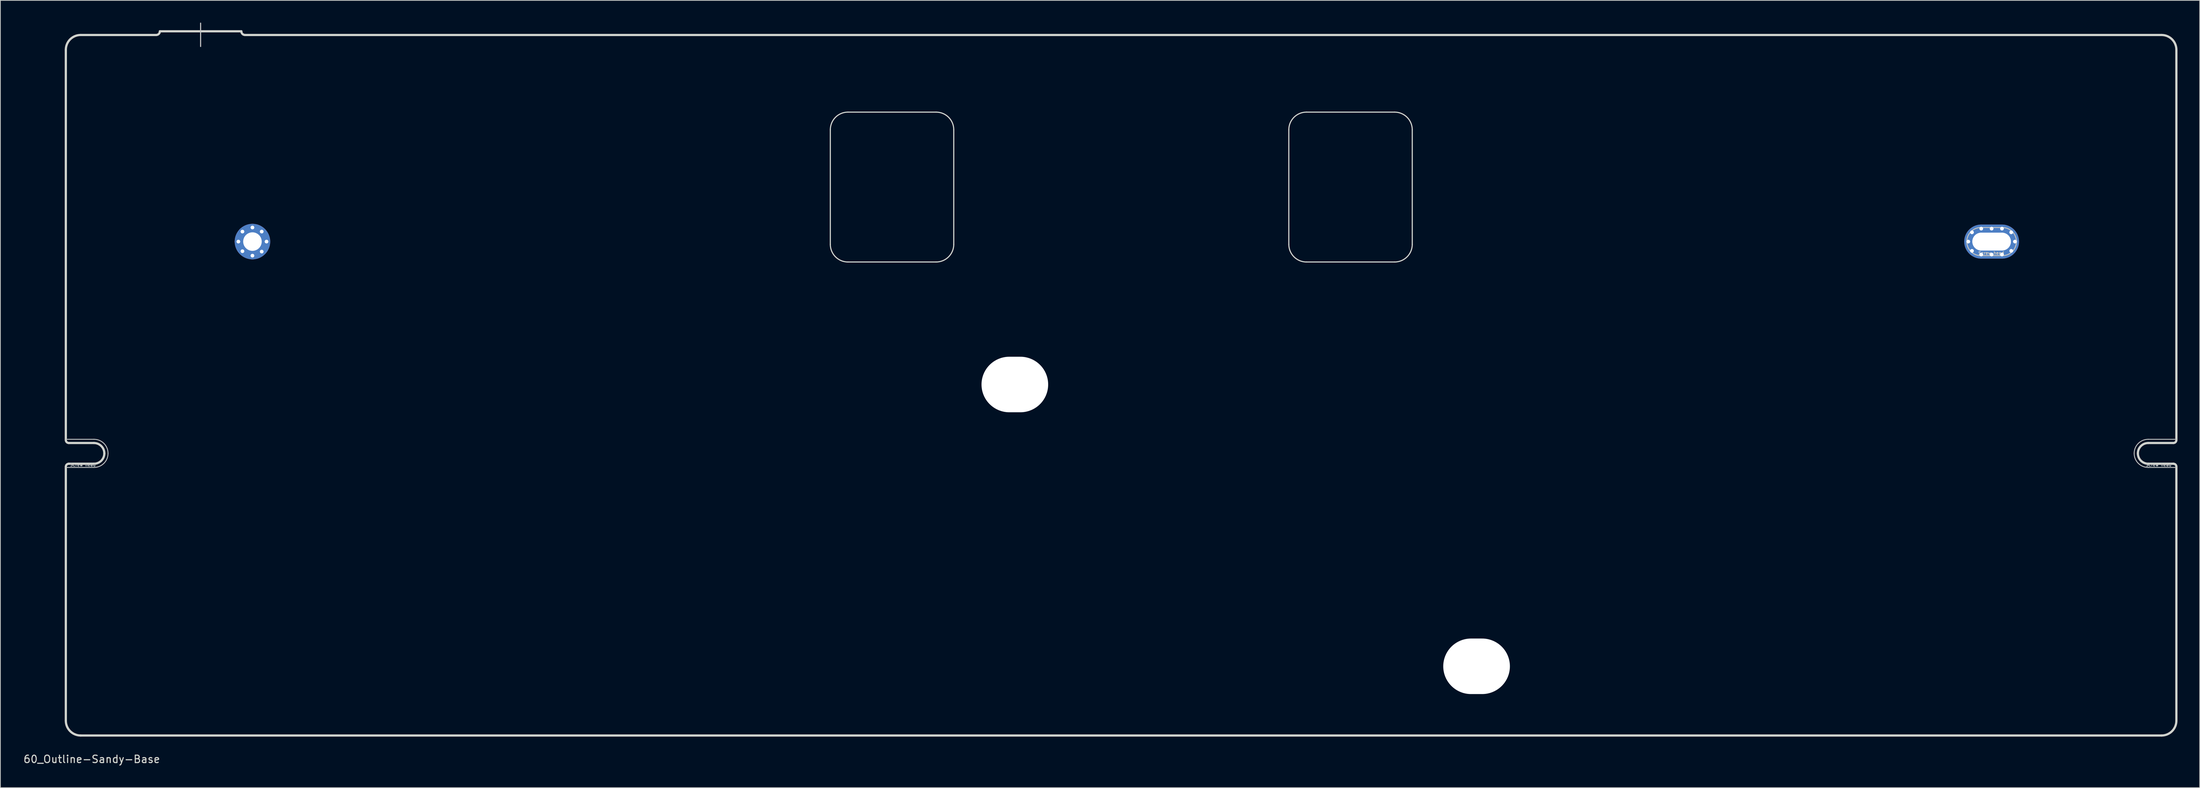
<source format=kicad_pcb>
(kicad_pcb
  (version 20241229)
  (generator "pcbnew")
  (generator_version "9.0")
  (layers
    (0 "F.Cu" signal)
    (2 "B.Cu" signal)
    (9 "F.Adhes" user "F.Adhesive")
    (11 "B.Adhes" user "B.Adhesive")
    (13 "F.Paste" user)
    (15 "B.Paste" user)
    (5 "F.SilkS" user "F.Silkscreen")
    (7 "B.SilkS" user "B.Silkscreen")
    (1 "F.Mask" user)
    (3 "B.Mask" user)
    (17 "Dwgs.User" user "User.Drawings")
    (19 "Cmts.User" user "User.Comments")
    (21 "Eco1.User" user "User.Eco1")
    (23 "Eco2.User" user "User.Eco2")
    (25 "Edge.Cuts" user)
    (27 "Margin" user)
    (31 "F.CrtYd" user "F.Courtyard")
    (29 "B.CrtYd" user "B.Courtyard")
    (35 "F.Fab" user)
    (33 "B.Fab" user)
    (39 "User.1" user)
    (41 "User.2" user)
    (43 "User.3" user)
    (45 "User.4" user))
  (footprint "60_Outline-Sandy-Base"
    (layer "F.Cu")
    (at 148.339 48.975)
    (property "Reference" "60_Outline-Sandy-Base" (at -139 50.5 0) (layer "Edge.Cuts") (effects (font (size 1 1) (thickness 0.15))))
    (attr through_hole)
    (fp_line (start -142.5 7.3) (end -138.7 7.3) (stroke (width 0.12) (type solid)) (layer "Dwgs.User"))
    (fp_line (start -142.5 11.1) (end -138.7 11.1) (stroke (width 0.12) (type solid)) (layer "Dwgs.User"))
    (fp_line (start -124.3 -48.9) (end -124.3 -45.75) (stroke (width 0.15) (type solid)) (layer "Dwgs.User"))
    (fp_line (start -15.75 -2.15) (end -12.85 -2.15) (stroke (width 0.12) (type solid)) (layer "Dwgs.User"))
    (fp_line (start -15.75 1.65) (end -12.85 1.65) (stroke (width 0.12) (type solid)) (layer "Dwgs.User"))
    (fp_line (start -15.7 -1.5) (end -12.9 -1.5) (stroke (width 0.12) (type solid)) (layer "Dwgs.User"))
    (fp_line (start -12.9 0.9) (end -15.7 0.9) (stroke (width 0.12) (type solid)) (layer "Dwgs.User"))
    (fp_line (start 46.55 36) (end 49.45 36) (stroke (width 0.12) (type solid)) (layer "Dwgs.User"))
    (fp_line (start 46.55 39.8) (end 49.45 39.8) (stroke (width 0.12) (type solid)) (layer "Dwgs.User"))
    (fp_line (start 46.551 36.055) (end 49.451 36.055) (stroke (width 0.12) (type solid)) (layer "Dwgs.User"))
    (fp_line (start 46.551 39.855) (end 49.451 39.855) (stroke (width 0.12) (type solid)) (layer "Dwgs.User"))
    (fp_line (start 46.601 36.705) (end 49.401 36.705) (stroke (width 0.12) (type solid)) (layer "Dwgs.User"))
    (fp_line (start 49.401 39.105) (end 46.601 39.105) (stroke (width 0.12) (type solid)) (layer "Dwgs.User"))
    (fp_line (start 116.1 -21.3) (end 119 -21.3) (stroke (width 0.12) (type solid)) (layer "Dwgs.User"))
    (fp_line (start 116.1 -21.3) (end 119 -21.3) (stroke (width 0.12) (type solid)) (layer "Dwgs.User"))
    (fp_line (start 116.1 -17.5) (end 119 -17.5) (stroke (width 0.12) (type solid)) (layer "Dwgs.User"))
    (fp_line (start 116.1 -17.5) (end 119 -17.5) (stroke (width 0.12) (type solid)) (layer "Dwgs.User"))
    (fp_line (start 138.7 7.3) (end 142.5 7.3) (stroke (width 0.12) (type solid)) (layer "Dwgs.User"))
    (fp_line (start 138.7 11.1) (end 142.5 11.1) (stroke (width 0.12) (type solid)) (layer "Dwgs.User"))
    (fp_arc (start -138.7 7.3) (mid -137.356497 7.856497) (end -136.8 9.2) (stroke (width 0.12) (type solid)) (layer "Dwgs.User"))
    (fp_arc (start -136.8 9.2) (mid -137.356497 10.543503) (end -138.7 11.1) (stroke (width 0.12) (type solid)) (layer "Dwgs.User"))
    (fp_arc (start -17.65 -0.25) (mid -17.093503 -1.593503) (end -15.75 -2.15) (stroke (width 0.12) (type solid)) (layer "Dwgs.User"))
    (fp_arc (start -16.9 -0.3) (mid -16.548528 -1.148528) (end -15.7 -1.5) (stroke (width 0.12) (type solid)) (layer "Dwgs.User"))
    (fp_arc (start -15.75 1.65) (mid -17.093503 1.093503) (end -17.65 -0.25) (stroke (width 0.12) (type solid)) (layer "Dwgs.User"))
    (fp_arc (start -15.7 0.9) (mid -16.548528 0.548528) (end -16.9 -0.3) (stroke (width 0.12) (type solid)) (layer "Dwgs.User"))
    (fp_arc (start -12.9 -1.5) (mid -12.051472 -1.148528) (end -11.7 -0.3) (stroke (width 0.12) (type solid)) (layer "Dwgs.User"))
    (fp_arc (start -12.85 -2.15) (mid -11.506497 -1.593503) (end -10.95 -0.25) (stroke (width 0.12) (type solid)) (layer "Dwgs.User"))
    (fp_arc (start -11.7 -0.3) (mid -12.051472 0.548528) (end -12.9 0.9) (stroke (width 0.12) (type solid)) (layer "Dwgs.User"))
    (fp_arc (start -10.95 -0.25) (mid -11.506497 1.093503) (end -12.85 1.65) (stroke (width 0.12) (type solid)) (layer "Dwgs.User"))
    (fp_arc (start 44.65 37.9) (mid 45.206497 36.556497) (end 46.55 36) (stroke (width 0.12) (type solid)) (layer "Dwgs.User"))
    (fp_arc (start 44.651167 37.955456) (mid 45.207664 36.611953) (end 46.551167 36.055456) (stroke (width 0.12) (type solid)) (layer "Dwgs.User"))
    (fp_arc (start 45.401167 37.905456) (mid 45.752639 37.056928) (end 46.601167 36.705456) (stroke (width 0.12) (type solid)) (layer "Dwgs.User"))
    (fp_arc (start 46.55 39.8) (mid 45.206497 39.243503) (end 44.65 37.9) (stroke (width 0.12) (type solid)) (layer "Dwgs.User"))
    (fp_arc (start 46.551167 39.855456) (mid 45.207664 39.298959) (end 44.651167 37.955456) (stroke (width 0.12) (type solid)) (layer "Dwgs.User"))
    (fp_arc (start 46.601167 39.105456) (mid 45.752639 38.753984) (end 45.401167 37.905456) (stroke (width 0.12) (type solid)) (layer "Dwgs.User"))
    (fp_arc (start 49.401167 36.705456) (mid 50.249695 37.056928) (end 50.601167 37.905456) (stroke (width 0.12) (type solid)) (layer "Dwgs.User"))
    (fp_arc (start 49.45 36) (mid 50.793503 36.556497) (end 51.35 37.9) (stroke (width 0.12) (type solid)) (layer "Dwgs.User"))
    (fp_arc (start 49.451167 36.055456) (mid 50.79467 36.611953) (end 51.351167 37.955456) (stroke (width 0.12) (type solid)) (layer "Dwgs.User"))
    (fp_arc (start 50.601167 37.905456) (mid 50.249695 38.753984) (end 49.401167 39.105456) (stroke (width 0.12) (type solid)) (layer "Dwgs.User"))
    (fp_arc (start 51.35 37.9) (mid 50.793503 39.243503) (end 49.45 39.8) (stroke (width 0.12) (type solid)) (layer "Dwgs.User"))
    (fp_arc (start 51.351167 37.955456) (mid 50.79467 39.298959) (end 49.451167 39.855456) (stroke (width 0.12) (type solid)) (layer "Dwgs.User"))
    (fp_arc (start 114.2 -19.4) (mid 114.756497 -20.743503) (end 116.1 -21.3) (stroke (width 0.12) (type solid)) (layer "Dwgs.User"))
    (fp_arc (start 114.2 -19.4) (mid 114.756497 -20.743503) (end 116.1 -21.3) (stroke (width 0.12) (type solid)) (layer "Dwgs.User"))
    (fp_arc (start 116.1 -17.5) (mid 114.756497 -18.056497) (end 114.2 -19.4) (stroke (width 0.12) (type solid)) (layer "Dwgs.User"))
    (fp_arc (start 116.1 -17.5) (mid 114.756497 -18.056497) (end 114.2 -19.4) (stroke (width 0.12) (type solid)) (layer "Dwgs.User"))
    (fp_arc (start 119 -21.3) (mid 120.343503 -20.743503) (end 120.9 -19.4) (stroke (width 0.12) (type solid)) (layer "Dwgs.User"))
    (fp_arc (start 119 -21.3) (mid 120.343503 -20.743503) (end 120.9 -19.4) (stroke (width 0.12) (type solid)) (layer "Dwgs.User"))
    (fp_arc (start 120.9 -19.4) (mid 120.343503 -18.056497) (end 119 -17.5) (stroke (width 0.12) (type solid)) (layer "Dwgs.User"))
    (fp_arc (start 120.9 -19.4) (mid 120.343503 -18.056497) (end 119 -17.5) (stroke (width 0.12) (type solid)) (layer "Dwgs.User"))
    (fp_arc (start 136.8 9.2) (mid 137.356497 7.856497) (end 138.7 7.3) (stroke (width 0.12) (type solid)) (layer "Dwgs.User"))
    (fp_arc (start 138.7 11.1) (mid 137.356497 10.543503) (end 136.8 9.2) (stroke (width 0.12) (type solid)) (layer "Dwgs.User"))
    (fp_line (start -142.5 7.4) (end -142.5 -45.3) (stroke (width 0.3) (type solid)) (layer "Edge.Cuts"))
    (fp_line (start -142.5 45.3) (end -142.5 11) (stroke (width 0.3) (type solid)) (layer "Edge.Cuts"))
    (fp_line (start -142.1 10.6) (end -138.7 10.6) (stroke (width 0.3) (type solid)) (layer "Edge.Cuts"))
    (fp_line (start -140.5 -47.3) (end -130.3 -47.3) (stroke (width 0.3) (type solid)) (layer "Edge.Cuts"))
    (fp_line (start -138.7 7.8) (end -142.1 7.8) (stroke (width 0.3) (type solid)) (layer "Edge.Cuts"))
    (fp_line (start -129.8 -47.8) (end -118.8 -47.8) (stroke (width 0.3) (type solid)) (layer "Edge.Cuts"))
    (fp_line (start -39.266 -34.503) (end -39.266 -19.025) (stroke (width 0.15) (type solid)) (layer "Edge.Cuts"))
    (fp_line (start -36.884 -36.884) (end -24.978 -36.884) (stroke (width 0.15) (type solid)) (layer "Edge.Cuts"))
    (fp_line (start -36.884 -16.644) (end -24.978 -16.644) (stroke (width 0.15) (type solid)) (layer "Edge.Cuts"))
    (fp_line (start -22.597 -34.503) (end -22.597 -19.025) (stroke (width 0.15) (type solid)) (layer "Edge.Cuts"))
    (fp_line (start 22.647 -34.503) (end 22.647 -19.025) (stroke (width 0.15) (type solid)) (layer "Edge.Cuts"))
    (fp_line (start 25.028 -36.884) (end 36.934 -36.884) (stroke (width 0.15) (type solid)) (layer "Edge.Cuts"))
    (fp_line (start 25.028 -16.644) (end 36.934 -16.644) (stroke (width 0.15) (type solid)) (layer "Edge.Cuts"))
    (fp_line (start 39.316 -34.503) (end 39.316 -19.025) (stroke (width 0.15) (type solid)) (layer "Edge.Cuts"))
    (fp_line (start 138.7 7.8) (end 142.1 7.8) (stroke (width 0.3) (type solid)) (layer "Edge.Cuts"))
    (fp_line (start 138.7 10.6) (end 142.1 10.6) (stroke (width 0.3) (type solid)) (layer "Edge.Cuts"))
    (fp_line (start 140.5 -47.3) (end -118.3 -47.3) (stroke (width 0.3) (type solid)) (layer "Edge.Cuts"))
    (fp_line (start 140.5 47.3) (end -140.5 47.3) (stroke (width 0.3) (type solid)) (layer "Edge.Cuts"))
    (fp_line (start 142.5 7.4) (end 142.5 -45.3) (stroke (width 0.3) (type solid)) (layer "Edge.Cuts"))
    (fp_line (start 142.5 11) (end 142.5 45.3) (stroke (width 0.3) (type solid)) (layer "Edge.Cuts"))
    (fp_arc (start -142.5 -45.3) (mid -141.914214 -46.714214) (end -140.5 -47.3) (stroke (width 0.3) (type solid)) (layer "Edge.Cuts"))
    (fp_arc (start -142.5 11) (mid -142.382843 10.717157) (end -142.1 10.6) (stroke (width 0.3) (type solid)) (layer "Edge.Cuts"))
    (fp_arc (start -142.1 7.8) (mid -142.382843 7.682843) (end -142.5 7.4) (stroke (width 0.3) (type solid)) (layer "Edge.Cuts"))
    (fp_arc (start -140.5 47.3) (mid -141.914214 46.714214) (end -142.5 45.3) (stroke (width 0.3) (type solid)) (layer "Edge.Cuts"))
    (fp_arc (start -138.7 7.8) (mid -137.710051 8.210051) (end -137.3 9.2) (stroke (width 0.3) (type solid)) (layer "Edge.Cuts"))
    (fp_arc (start -137.3 9.2) (mid -137.710051 10.189949) (end -138.7 10.6) (stroke (width 0.3) (type solid)) (layer "Edge.Cuts"))
    (fp_arc (start -129.8 -47.8) (mid -129.946447 -47.446447) (end -130.3 -47.3) (stroke (width 0.3) (type solid)) (layer "Edge.Cuts"))
    (fp_arc (start -118.3 -47.3) (mid -118.653553 -47.446447) (end -118.8 -47.8) (stroke (width 0.3) (type solid)) (layer "Edge.Cuts"))
    (fp_arc (start -39.265625 -34.503085) (mid -38.568199 -36.186909) (end -36.884375 -36.884335) (stroke (width 0.15) (type solid)) (layer "Edge.Cuts"))
    (fp_arc (start -36.884375 -16.64371) (mid -38.568174 -17.341161) (end -39.265625 -19.02496) (stroke (width 0.15) (type solid)) (layer "Edge.Cuts"))
    (fp_arc (start -24.978125 -36.884335) (mid -23.294347 -36.186863) (end -22.596875 -34.503085) (stroke (width 0.15) (type solid)) (layer "Edge.Cuts"))
    (fp_arc (start -22.596875 -19.02496) (mid -23.294304 -17.341139) (end -24.978125 -16.64371) (stroke (width 0.15) (type solid)) (layer "Edge.Cuts"))
    (fp_arc (start 22.646875 -34.503085) (mid 23.344301 -36.186909) (end 25.028125 -36.884335) (stroke (width 0.15) (type solid)) (layer "Edge.Cuts"))
    (fp_arc (start 25.028125 -16.64371) (mid 23.344326 -17.341161) (end 22.646875 -19.02496) (stroke (width 0.15) (type solid)) (layer "Edge.Cuts"))
    (fp_arc (start 36.934375 -36.884335) (mid 38.618153 -36.186863) (end 39.315625 -34.503085) (stroke (width 0.15) (type solid)) (layer "Edge.Cuts"))
    (fp_arc (start 39.315625 -19.02496) (mid 38.618196 -17.341139) (end 36.934375 -16.64371) (stroke (width 0.15) (type solid)) (layer "Edge.Cuts"))
    (fp_arc (start 137.3 9.2) (mid 137.710051 8.210051) (end 138.7 7.8) (stroke (width 0.3) (type solid)) (layer "Edge.Cuts"))
    (fp_arc (start 138.7 10.6) (mid 137.710051 10.189949) (end 137.3 9.2) (stroke (width 0.3) (type solid)) (layer "Edge.Cuts"))
    (fp_arc (start 140.5 -47.3) (mid 141.914214 -46.714214) (end 142.5 -45.3) (stroke (width 0.3) (type solid)) (layer "Edge.Cuts"))
    (fp_arc (start 142.1 10.6) (mid 142.382843 10.717157) (end 142.5 11) (stroke (width 0.3) (type solid)) (layer "Edge.Cuts"))
    (fp_arc (start 142.5 7.4) (mid 142.382843 7.682843) (end 142.1 7.8) (stroke (width 0.3) (type solid)) (layer "Edge.Cuts"))
    (fp_arc (start 142.5 45.3) (mid 141.914214 46.714214) (end 140.5 47.3) (stroke (width 0.3) (type solid)) (layer "Edge.Cuts"))
    (fp_text user "Screw head" (at -140.2 10.75 0) (layer "Dwgs.User") (effects (font (size 0.4 0.4) (thickness 0.08))))
    (fp_text user "Relief hole" (at -14.3 2 0) (layer "Dwgs.User") (effects (font (size 0.4 0.4) (thickness 0.08))))
    (fp_text user "Screw head" (at 48.05 39.45 0) (layer "Dwgs.User") (effects (font (size 0.4 0.4) (thickness 0.08))))
    (fp_text user "Screw head" (at 117.5 -17.85 0) (layer "Dwgs.User") (effects (font (size 0.4 0.4) (thickness 0.08))))
    (fp_text user "Screw head" (at -14.3 1.275 0) (layer "Dwgs.User") (effects (font (size 0.4 0.4) (thickness 0.08))))
    (fp_text user "Screw head" (at 140.1 10.75 0) (layer "Dwgs.User") (effects (font (size 0.4 0.4) (thickness 0.08))))
    (fp_text user "Relief hole" (at 48 40.3 0) (layer "Dwgs.User") (effects (font (size 0.4 0.4) (thickness 0.08))))
    (fp_text user "Screw head" (at 117.5 -17.85 0) (layer "Dwgs.User") (effects (font (size 0.4 0.4) (thickness 0.08))))
    (pad "" np_thru_hole oval (at -14.35 -0.1) (size 9 7.5) (drill oval 9 7.5) (layers "*.Cu" "*.Mask"))
    (pad "" np_thru_hole oval (at 48.001 37.955) (size 9 7.5) (drill oval 9 7.5) (layers "*.Cu" "*.Mask"))
    (pad "" np_thru_hole oval (at 117.55 -19.4) (size 5.2 2.4) (drill oval 5.2 2.4) (layers "*.Cu" "*.Mask"))
    (pad "1" thru_hole circle (at -119.2 -19.4) (size 1 1) (drill 0.5) (layers "*.Cu" "*.Mask"))
    (pad "1" thru_hole circle (at -118.65 -20.75) (size 1 1) (drill 0.5) (layers "*.Cu" "*.Mask"))
    (pad "1" thru_hole circle (at -118.65 -18.1) (size 1 1) (drill 0.5) (layers "*.Cu" "*.Mask"))
    (pad "1" thru_hole circle (at -117.3 -21.3) (size 1 1) (drill 0.5) (layers "*.Cu" "*.Mask"))
    (pad "1" thru_hole circle (at -117.3 -19.4) (size 4.8 4.8) (drill 2.499) (layers "*.Cu" "*.Mask"))
    (pad "1" thru_hole circle (at -117.3 -17.5) (size 1 1) (drill 0.5) (layers "*.Cu" "*.Mask"))
    (pad "1" thru_hole circle (at -116.05 -20.75) (size 1 1) (drill 0.5) (layers "*.Cu" "*.Mask"))
    (pad "1" thru_hole circle (at -116.05 -18.05) (size 1 1) (drill 0.5) (layers "*.Cu" "*.Mask"))
    (pad "1" thru_hole circle (at -115.4 -19.4) (size 1 1) (drill 0.5) (layers "*.Cu" "*.Mask"))
    (pad "1" thru_hole circle (at 114.4 -19.4) (size 1 1) (drill 0.5) (layers "*.Cu" "*.Mask"))
    (pad "1" thru_hole circle (at 114.9 -20.65) (size 1 1) (drill 0.5) (layers "*.Cu" "*.Mask"))
    (pad "1" thru_hole circle (at 114.9 -18.15) (size 1 1) (drill 0.5) (layers "*.Cu" "*.Mask"))
    (pad "1" thru_hole circle (at 116.15 -21.15) (size 1 1) (drill 0.5) (layers "*.Cu" "*.Mask"))
    (pad "1" thru_hole circle (at 116.15 -17.65) (size 1 1) (drill 0.5) (layers "*.Cu" "*.Mask"))
    (pad "1" thru_hole circle (at 117.55 -21.15) (size 1 1) (drill 0.5) (layers "*.Cu" "*.Mask"))
    (pad "1" thru_hole oval (at 117.55 -19.4) (size 7.4 4.6) (drill oval 5.2 2.4) (layers "*.Cu" "*.Mask"))
    (pad "1" thru_hole circle (at 117.55 -17.65) (size 1 1) (drill 0.5) (layers "*.Cu" "*.Mask"))
    (pad "1" thru_hole circle (at 118.95 -21.15) (size 1 1) (drill 0.5) (layers "*.Cu" "*.Mask"))
    (pad "1" thru_hole circle (at 118.95 -17.65) (size 1 1) (drill 0.5) (layers "*.Cu" "*.Mask"))
    (pad "1" thru_hole circle (at 120.2 -20.65) (size 1 1) (drill 0.5) (layers "*.Cu" "*.Mask"))
    (pad "1" thru_hole circle (at 120.2 -18.15) (size 1 1) (drill 0.5) (layers "*.Cu" "*.Mask"))
    (pad "1" thru_hole circle (at 120.7 -19.4) (size 1 1) (drill 0.5) (layers "*.Cu" "*.Mask")))
  (gr_rect
    (start -3 -3)
    (end 293.989 103.323)
    (stroke (width 0.1) (type default))
    (fill no)
    (layer "Edge.Cuts")))
</source>
